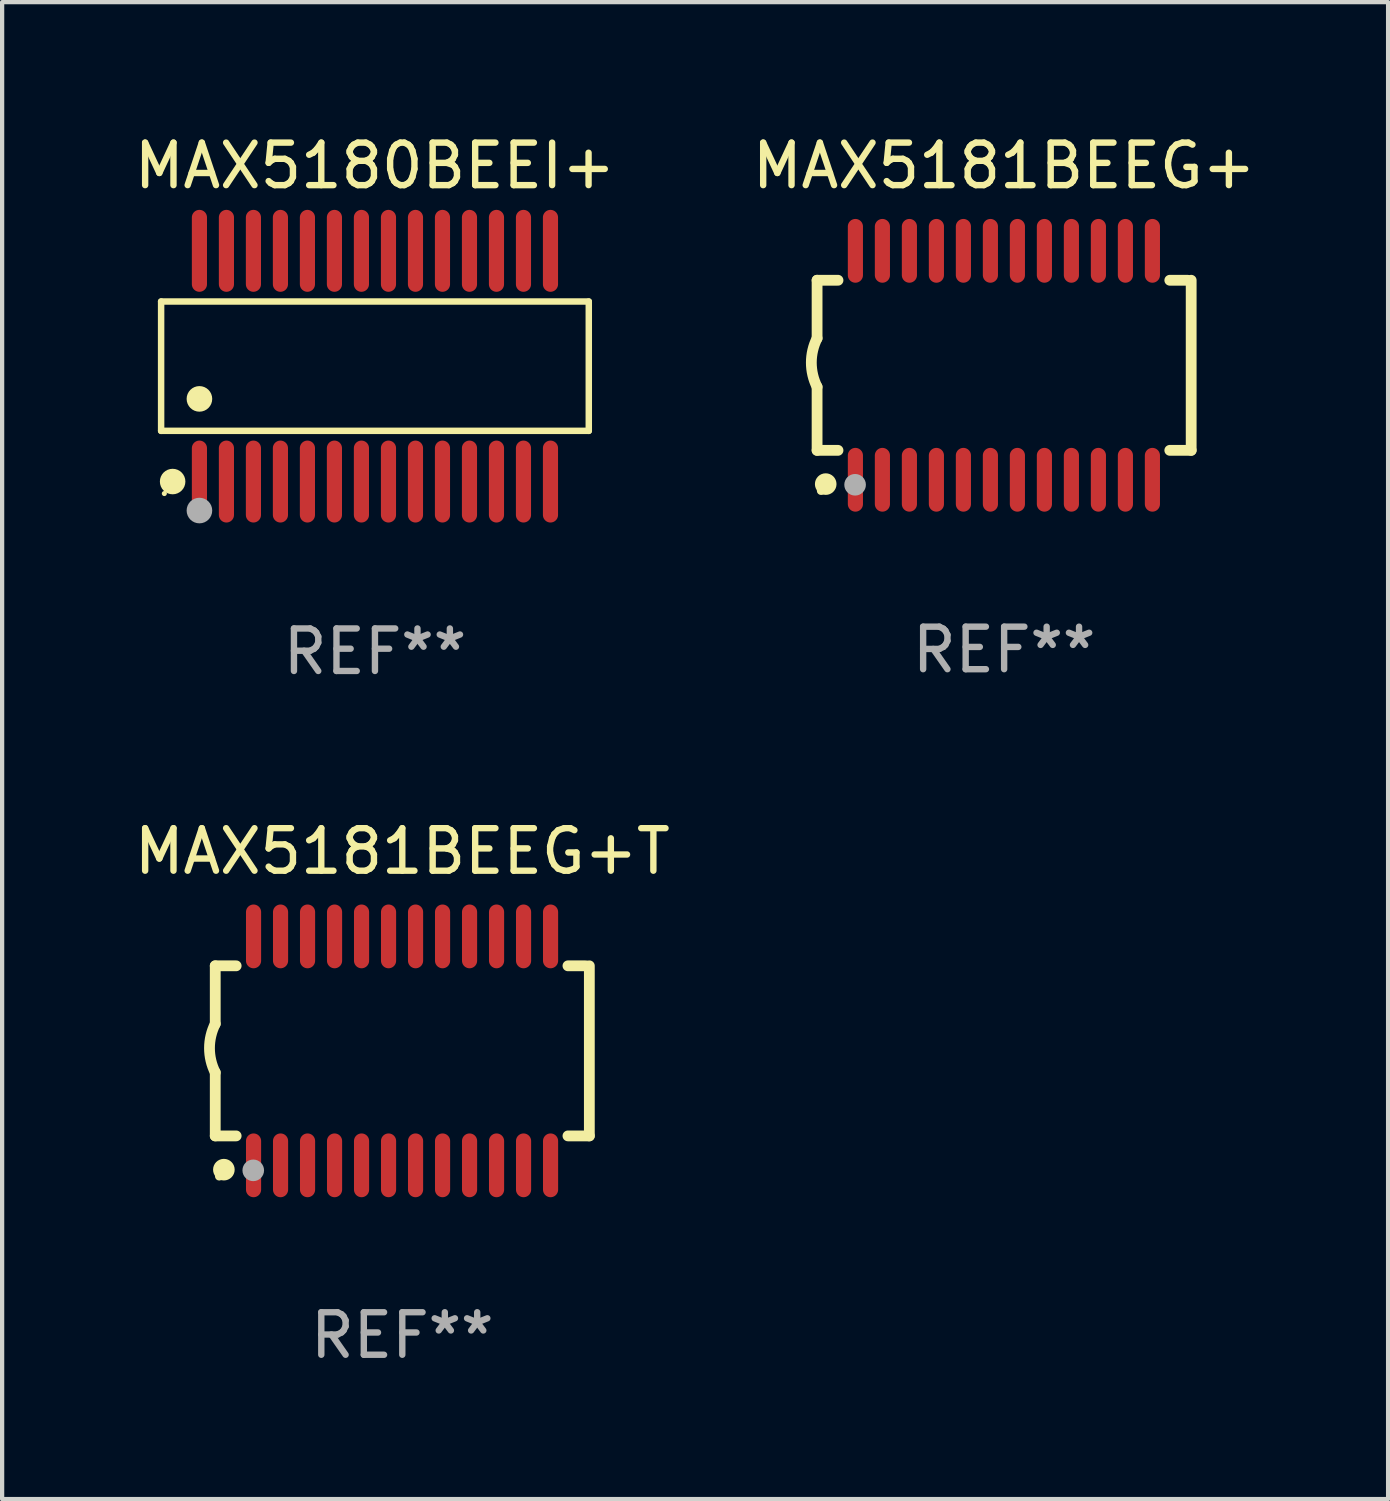
<source format=kicad_pcb>
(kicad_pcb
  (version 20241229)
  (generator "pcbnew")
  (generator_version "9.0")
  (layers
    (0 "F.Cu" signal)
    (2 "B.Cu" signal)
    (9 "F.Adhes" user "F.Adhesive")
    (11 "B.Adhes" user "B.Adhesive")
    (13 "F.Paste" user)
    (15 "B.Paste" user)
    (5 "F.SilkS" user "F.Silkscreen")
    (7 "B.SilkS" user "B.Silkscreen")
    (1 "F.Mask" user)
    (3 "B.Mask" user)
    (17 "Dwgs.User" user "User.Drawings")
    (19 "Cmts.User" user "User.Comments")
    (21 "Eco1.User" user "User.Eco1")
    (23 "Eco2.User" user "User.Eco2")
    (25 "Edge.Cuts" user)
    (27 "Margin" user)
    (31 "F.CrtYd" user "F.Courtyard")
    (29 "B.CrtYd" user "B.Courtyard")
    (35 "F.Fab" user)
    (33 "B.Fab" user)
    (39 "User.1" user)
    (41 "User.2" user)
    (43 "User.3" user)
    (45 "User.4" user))
  (footprint "MAX5181BEEG+T"
    (layer "F.Cu")
    (at 6.411 21.664)
    (property "Reference" "MAX5181BEEG+T" (at 0 -4.692 0) (layer "F.SilkS") (effects (font (size 1 1) (thickness 0.15))))
    (attr through_hole)
    (fp_line (start -4.399 -2) (end -4.399 -0.635) (stroke (width 0.254) (type solid)) (layer "F.SilkS"))
    (fp_line (start -4.399 -2) (end -3.907 -2) (stroke (width 0.254) (type solid)) (layer "F.SilkS"))
    (fp_line (start -4.399 2) (end -4.399 0.508) (stroke (width 0.254) (type solid)) (layer "F.SilkS"))
    (fp_line (start -4.399 2) (end -3.907 2) (stroke (width 0.254) (type solid)) (layer "F.SilkS"))
    (fp_line (start 3.896 -2) (end 4.313 -2) (stroke (width 0.254) (type solid)) (layer "F.SilkS"))
    (fp_line (start 3.896 2) (end 4.399 2) (stroke (width 0.254) (type solid)) (layer "F.SilkS"))
    (fp_line (start 4.399 2) (end 4.399 -2) (stroke (width 0.254) (type solid)) (layer "F.SilkS"))
    (fp_arc (start -4.399301 0.508001) (mid -4.534214 -0.0635) (end -4.399301 -0.635001) (stroke (width 0.254001) (type solid)) (layer "F.SilkS"))
    (fp_circle (center -4.305 2.95) (end -4.255 2.95) (stroke (width 0.1) (type solid)) (fill no) (layer "F.SilkS"))
    (fp_circle (center -4.196 2.794) (end -4.069 2.794) (stroke (width 0.254) (type solid)) (fill no) (layer "F.SilkS"))
    (fp_circle (center -3.505 2.81) (end -3.378 2.81) (stroke (width 0.254) (type solid)) (fill no) (layer "F.Fab"))
    (fp_text user "REF**" (at 0 6.692 0) (layer "F.Fab") (effects (font (size 1 1) (thickness 0.15))))
    (pad "1" smd oval (at -3.498 2.692 90) (size 1.5 0.356) (layers "F.Cu" "F.Mask" "F.Paste"))
    (pad "2" smd oval (at -2.863 2.692 90) (size 1.5 0.356) (layers "F.Cu" "F.Mask" "F.Paste"))
    (pad "3" smd oval (at -2.228 2.692 90) (size 1.5 0.356) (layers "F.Cu" "F.Mask" "F.Paste"))
    (pad "4" smd oval (at -1.593 2.692 90) (size 1.5 0.356) (layers "F.Cu" "F.Mask" "F.Paste"))
    (pad "5" smd oval (at -0.958 2.692 90) (size 1.5 0.356) (layers "F.Cu" "F.Mask" "F.Paste"))
    (pad "6" smd oval (at -0.323 2.692 90) (size 1.5 0.356) (layers "F.Cu" "F.Mask" "F.Paste"))
    (pad "7" smd oval (at 0.312 2.692 90) (size 1.5 0.356) (layers "F.Cu" "F.Mask" "F.Paste"))
    (pad "8" smd oval (at 0.947 2.692 90) (size 1.5 0.356) (layers "F.Cu" "F.Mask" "F.Paste"))
    (pad "9" smd oval (at 1.582 2.692 90) (size 1.5 0.356) (layers "F.Cu" "F.Mask" "F.Paste"))
    (pad "10" smd oval (at 2.217 2.692 90) (size 1.5 0.356) (layers "F.Cu" "F.Mask" "F.Paste"))
    (pad "11" smd oval (at 2.852 2.692 90) (size 1.5 0.356) (layers "F.Cu" "F.Mask" "F.Paste"))
    (pad "12" smd oval (at 3.487 2.692 90) (size 1.5 0.356) (layers "F.Cu" "F.Mask" "F.Paste"))
    (pad "13" smd oval (at 3.487 -2.692 90) (size 1.5 0.356) (layers "F.Cu" "F.Mask" "F.Paste"))
    (pad "14" smd oval (at 2.852 -2.692 90) (size 1.5 0.356) (layers "F.Cu" "F.Mask" "F.Paste"))
    (pad "15" smd oval (at 2.217 -2.692 90) (size 1.5 0.356) (layers "F.Cu" "F.Mask" "F.Paste"))
    (pad "16" smd oval (at 1.582 -2.692 90) (size 1.5 0.356) (layers "F.Cu" "F.Mask" "F.Paste"))
    (pad "17" smd oval (at 0.947 -2.692 90) (size 1.5 0.356) (layers "F.Cu" "F.Mask" "F.Paste"))
    (pad "18" smd oval (at 0.312 -2.692 90) (size 1.5 0.356) (layers "F.Cu" "F.Mask" "F.Paste"))
    (pad "19" smd oval (at -0.323 -2.692 90) (size 1.5 0.356) (layers "F.Cu" "F.Mask" "F.Paste"))
    (pad "20" smd oval (at -0.958 -2.692 90) (size 1.5 0.356) (layers "F.Cu" "F.Mask" "F.Paste"))
    (pad "21" smd oval (at -1.593 -2.692 90) (size 1.5 0.356) (layers "F.Cu" "F.Mask" "F.Paste"))
    (pad "22" smd oval (at -2.228 -2.692 90) (size 1.5 0.356) (layers "F.Cu" "F.Mask" "F.Paste"))
    (pad "23" smd oval (at -2.863 -2.692 90) (size 1.5 0.356) (layers "F.Cu" "F.Mask" "F.Paste"))
    (pad "24" smd oval (at -3.498 -2.692 90) (size 1.5 0.356) (layers "F.Cu" "F.Mask" "F.Paste")))
  (footprint "MAX5181BEEG+"
    (layer "F.Cu")
    (at 20.565 5.541)
    (property "Reference" "MAX5181BEEG+" (at 0 -4.692 0) (layer "F.SilkS") (effects (font (size 1 1) (thickness 0.15))))
    (attr through_hole)
    (fp_line (start -4.399 -2) (end -4.399 -0.635) (stroke (width 0.254) (type solid)) (layer "F.SilkS"))
    (fp_line (start -4.399 -2) (end -3.907 -2) (stroke (width 0.254) (type solid)) (layer "F.SilkS"))
    (fp_line (start -4.399 2) (end -4.399 0.508) (stroke (width 0.254) (type solid)) (layer "F.SilkS"))
    (fp_line (start -4.399 2) (end -3.907 2) (stroke (width 0.254) (type solid)) (layer "F.SilkS"))
    (fp_line (start 3.896 -2) (end 4.313 -2) (stroke (width 0.254) (type solid)) (layer "F.SilkS"))
    (fp_line (start 3.896 2) (end 4.399 2) (stroke (width 0.254) (type solid)) (layer "F.SilkS"))
    (fp_line (start 4.399 2) (end 4.399 -2) (stroke (width 0.254) (type solid)) (layer "F.SilkS"))
    (fp_arc (start -4.399301 0.508001) (mid -4.534214 -0.0635) (end -4.399301 -0.635001) (stroke (width 0.254001) (type solid)) (layer "F.SilkS"))
    (fp_circle (center -4.305 2.95) (end -4.255 2.95) (stroke (width 0.1) (type solid)) (fill no) (layer "F.SilkS"))
    (fp_circle (center -4.196 2.794) (end -4.069 2.794) (stroke (width 0.254) (type solid)) (fill no) (layer "F.SilkS"))
    (fp_circle (center -3.505 2.81) (end -3.378 2.81) (stroke (width 0.254) (type solid)) (fill no) (layer "F.Fab"))
    (fp_text user "REF**" (at 0 6.692 0) (layer "F.Fab") (effects (font (size 1 1) (thickness 0.15))))
    (pad "1" smd oval (at -3.498 2.692 90) (size 1.5 0.356) (layers "F.Cu" "F.Mask" "F.Paste"))
    (pad "2" smd oval (at -2.863 2.692 90) (size 1.5 0.356) (layers "F.Cu" "F.Mask" "F.Paste"))
    (pad "3" smd oval (at -2.228 2.692 90) (size 1.5 0.356) (layers "F.Cu" "F.Mask" "F.Paste"))
    (pad "4" smd oval (at -1.593 2.692 90) (size 1.5 0.356) (layers "F.Cu" "F.Mask" "F.Paste"))
    (pad "5" smd oval (at -0.958 2.692 90) (size 1.5 0.356) (layers "F.Cu" "F.Mask" "F.Paste"))
    (pad "6" smd oval (at -0.323 2.692 90) (size 1.5 0.356) (layers "F.Cu" "F.Mask" "F.Paste"))
    (pad "7" smd oval (at 0.312 2.692 90) (size 1.5 0.356) (layers "F.Cu" "F.Mask" "F.Paste"))
    (pad "8" smd oval (at 0.947 2.692 90) (size 1.5 0.356) (layers "F.Cu" "F.Mask" "F.Paste"))
    (pad "9" smd oval (at 1.582 2.692 90) (size 1.5 0.356) (layers "F.Cu" "F.Mask" "F.Paste"))
    (pad "10" smd oval (at 2.217 2.692 90) (size 1.5 0.356) (layers "F.Cu" "F.Mask" "F.Paste"))
    (pad "11" smd oval (at 2.852 2.692 90) (size 1.5 0.356) (layers "F.Cu" "F.Mask" "F.Paste"))
    (pad "12" smd oval (at 3.487 2.692 90) (size 1.5 0.356) (layers "F.Cu" "F.Mask" "F.Paste"))
    (pad "13" smd oval (at 3.487 -2.692 90) (size 1.5 0.356) (layers "F.Cu" "F.Mask" "F.Paste"))
    (pad "14" smd oval (at 2.852 -2.692 90) (size 1.5 0.356) (layers "F.Cu" "F.Mask" "F.Paste"))
    (pad "15" smd oval (at 2.217 -2.692 90) (size 1.5 0.356) (layers "F.Cu" "F.Mask" "F.Paste"))
    (pad "16" smd oval (at 1.582 -2.692 90) (size 1.5 0.356) (layers "F.Cu" "F.Mask" "F.Paste"))
    (pad "17" smd oval (at 0.947 -2.692 90) (size 1.5 0.356) (layers "F.Cu" "F.Mask" "F.Paste"))
    (pad "18" smd oval (at 0.312 -2.692 90) (size 1.5 0.356) (layers "F.Cu" "F.Mask" "F.Paste"))
    (pad "19" smd oval (at -0.323 -2.692 90) (size 1.5 0.356) (layers "F.Cu" "F.Mask" "F.Paste"))
    (pad "20" smd oval (at -0.958 -2.692 90) (size 1.5 0.356) (layers "F.Cu" "F.Mask" "F.Paste"))
    (pad "21" smd oval (at -1.593 -2.692 90) (size 1.5 0.356) (layers "F.Cu" "F.Mask" "F.Paste"))
    (pad "22" smd oval (at -2.228 -2.692 90) (size 1.5 0.356) (layers "F.Cu" "F.Mask" "F.Paste"))
    (pad "23" smd oval (at -2.863 -2.692 90) (size 1.5 0.356) (layers "F.Cu" "F.Mask" "F.Paste"))
    (pad "24" smd oval (at -3.498 -2.692 90) (size 1.5 0.356) (layers "F.Cu" "F.Mask" "F.Paste")))
  (footprint "MAX5180BEEI+"
    (layer "F.Cu")
    (at 5.768 5.562)
    (property "Reference" "MAX5180BEEI+" (at 0 -4.713 0) (layer "F.SilkS") (effects (font (size 1 1) (thickness 0.15))))
    (attr through_hole)
    (fp_line (start -5.029 -1.521) (end 5.029 -1.521) (stroke (width 0.152) (type solid)) (layer "F.SilkS"))
    (fp_line (start -5.029 1.521) (end -5.029 -1.521) (stroke (width 0.152) (type solid)) (layer "F.SilkS"))
    (fp_line (start 5.029 -1.521) (end 5.029 1.521) (stroke (width 0.152) (type solid)) (layer "F.SilkS"))
    (fp_line (start 5.029 1.521) (end -5.029 1.521) (stroke (width 0.152) (type solid)) (layer "F.SilkS"))
    (fp_circle (center -4.953 2.995) (end -4.923 2.995) (stroke (width 0.06) (type solid)) (fill no) (layer "F.SilkS"))
    (fp_circle (center -4.758 2.713) (end -4.608 2.713) (stroke (width 0.3) (type solid)) (fill no) (layer "F.SilkS"))
    (fp_circle (center -4.128 0.769) (end -3.977 0.769) (stroke (width 0.3) (type solid)) (fill no) (layer "F.SilkS"))
    (fp_circle (center -4.128 3.395) (end -3.977 3.395) (stroke (width 0.3) (type solid)) (fill no) (layer "F.Fab"))
    (fp_text user "REF**" (at 0 6.713 0) (layer "F.Fab") (effects (font (size 1 1) (thickness 0.15))))
    (pad "1" smd oval (at -4.128 2.713) (size 0.356 1.927) (layers "F.Cu" "F.Mask" "F.Paste"))
    (pad "2" smd oval (at -3.493 2.713) (size 0.356 1.927) (layers "F.Cu" "F.Mask" "F.Paste"))
    (pad "3" smd oval (at -2.858 2.713) (size 0.356 1.927) (layers "F.Cu" "F.Mask" "F.Paste"))
    (pad "4" smd oval (at -2.223 2.713) (size 0.356 1.927) (layers "F.Cu" "F.Mask" "F.Paste"))
    (pad "5" smd oval (at -1.588 2.713) (size 0.356 1.927) (layers "F.Cu" "F.Mask" "F.Paste"))
    (pad "6" smd oval (at -0.953 2.713) (size 0.356 1.927) (layers "F.Cu" "F.Mask" "F.Paste"))
    (pad "7" smd oval (at -0.318 2.713) (size 0.356 1.927) (layers "F.Cu" "F.Mask" "F.Paste"))
    (pad "8" smd oval (at 0.318 2.713) (size 0.356 1.927) (layers "F.Cu" "F.Mask" "F.Paste"))
    (pad "9" smd oval (at 0.953 2.713) (size 0.356 1.927) (layers "F.Cu" "F.Mask" "F.Paste"))
    (pad "10" smd oval (at 1.588 2.713) (size 0.356 1.927) (layers "F.Cu" "F.Mask" "F.Paste"))
    (pad "11" smd oval (at 2.223 2.713) (size 0.356 1.927) (layers "F.Cu" "F.Mask" "F.Paste"))
    (pad "12" smd oval (at 2.858 2.713) (size 0.356 1.927) (layers "F.Cu" "F.Mask" "F.Paste"))
    (pad "13" smd oval (at 3.493 2.713) (size 0.356 1.927) (layers "F.Cu" "F.Mask" "F.Paste"))
    (pad "14" smd oval (at 4.128 2.713) (size 0.356 1.927) (layers "F.Cu" "F.Mask" "F.Paste"))
    (pad "15" smd oval (at 4.128 -2.713) (size 0.356 1.927) (layers "F.Cu" "F.Mask" "F.Paste"))
    (pad "16" smd oval (at 3.493 -2.713) (size 0.356 1.927) (layers "F.Cu" "F.Mask" "F.Paste"))
    (pad "17" smd oval (at 2.858 -2.713) (size 0.356 1.927) (layers "F.Cu" "F.Mask" "F.Paste"))
    (pad "18" smd oval (at 2.223 -2.713) (size 0.356 1.927) (layers "F.Cu" "F.Mask" "F.Paste"))
    (pad "19" smd oval (at 1.588 -2.713) (size 0.356 1.927) (layers "F.Cu" "F.Mask" "F.Paste"))
    (pad "20" smd oval (at 0.953 -2.713) (size 0.356 1.927) (layers "F.Cu" "F.Mask" "F.Paste"))
    (pad "21" smd oval (at 0.318 -2.713) (size 0.356 1.927) (layers "F.Cu" "F.Mask" "F.Paste"))
    (pad "22" smd oval (at -0.318 -2.713) (size 0.356 1.927) (layers "F.Cu" "F.Mask" "F.Paste"))
    (pad "23" smd oval (at -0.953 -2.713) (size 0.356 1.927) (layers "F.Cu" "F.Mask" "F.Paste"))
    (pad "24" smd oval (at -1.588 -2.713) (size 0.356 1.927) (layers "F.Cu" "F.Mask" "F.Paste"))
    (pad "25" smd oval (at -2.223 -2.713) (size 0.356 1.927) (layers "F.Cu" "F.Mask" "F.Paste"))
    (pad "26" smd oval (at -2.858 -2.713) (size 0.356 1.927) (layers "F.Cu" "F.Mask" "F.Paste"))
    (pad "27" smd oval (at -3.493 -2.713) (size 0.356 1.927) (layers "F.Cu" "F.Mask" "F.Paste"))
    (pad "28" smd oval (at -4.128 -2.713) (size 0.356 1.927) (layers "F.Cu" "F.Mask" "F.Paste")))
  (gr_rect
    (start -3 -3)
    (end 29.595 32.205)
    (stroke (width 0.1) (type default))
    (fill no)
    (layer "Edge.Cuts")))
</source>
